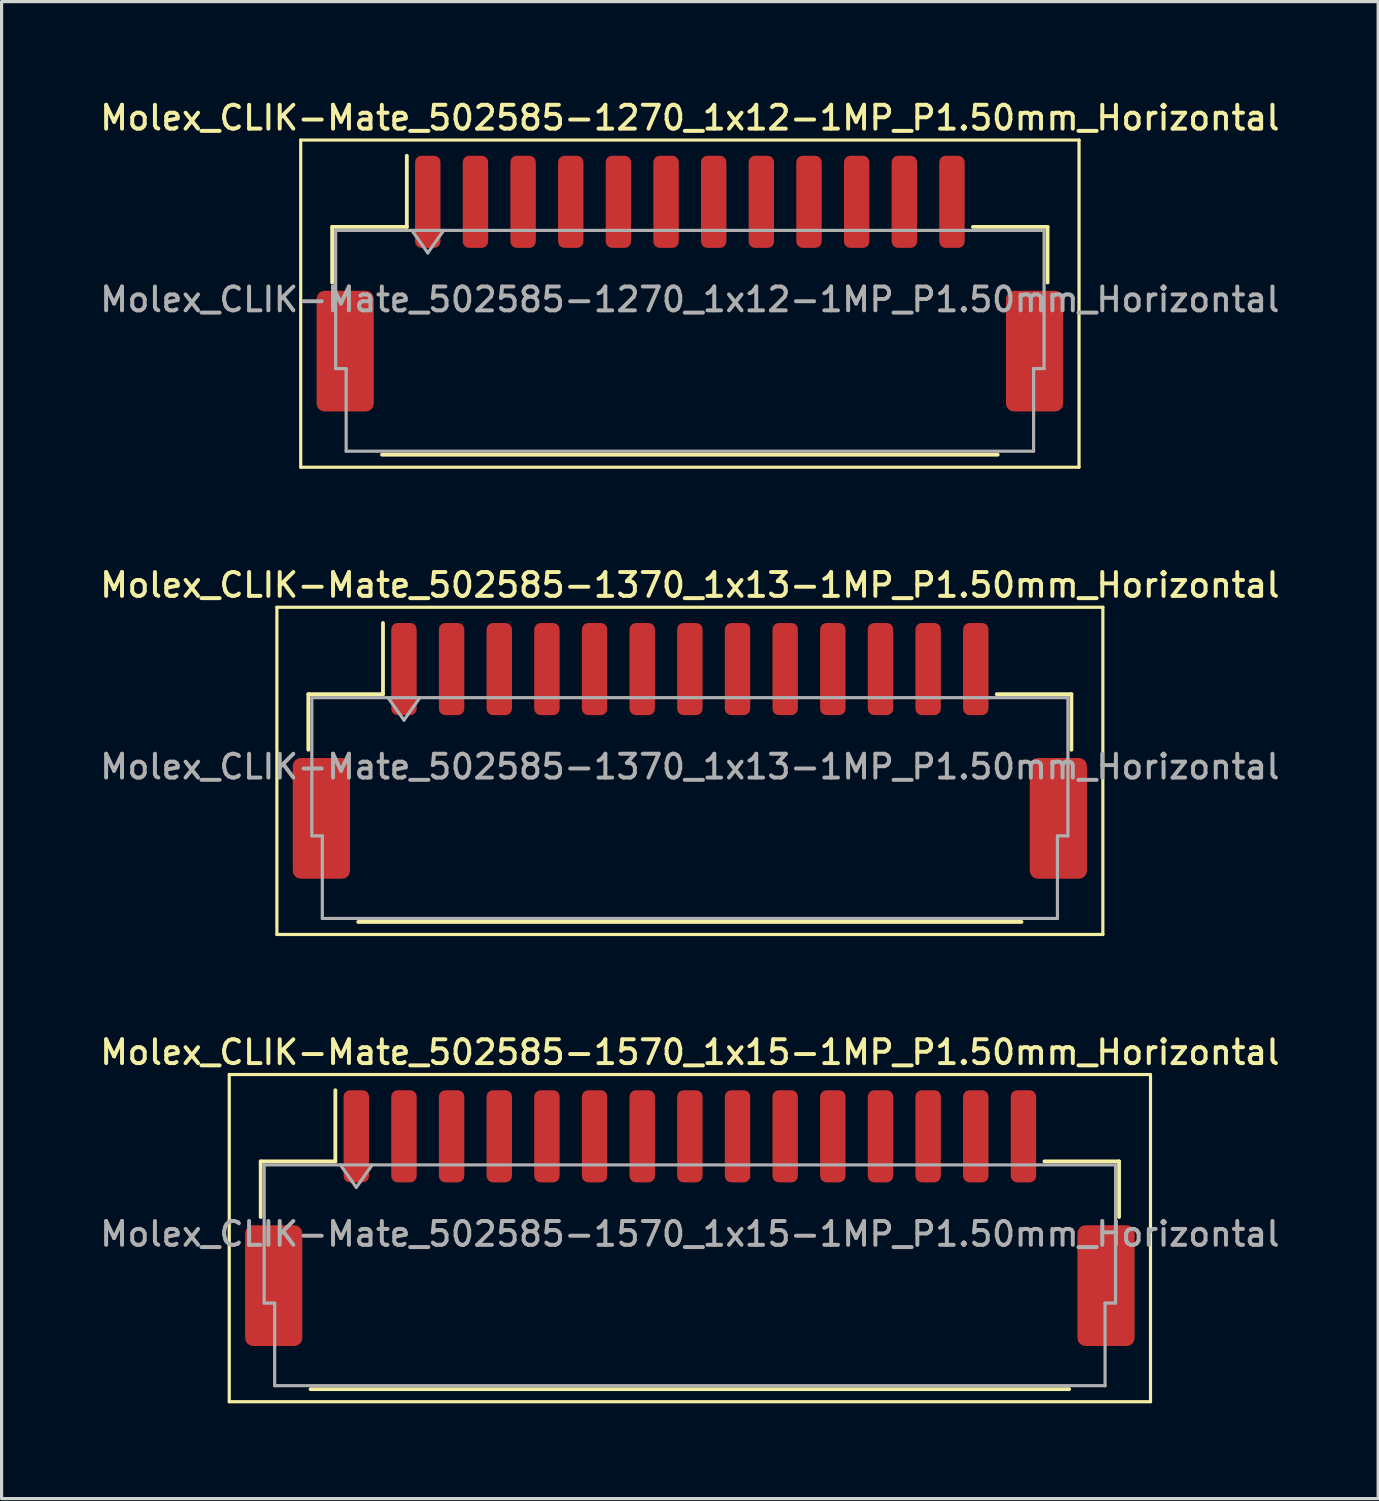
<source format=kicad_pcb>
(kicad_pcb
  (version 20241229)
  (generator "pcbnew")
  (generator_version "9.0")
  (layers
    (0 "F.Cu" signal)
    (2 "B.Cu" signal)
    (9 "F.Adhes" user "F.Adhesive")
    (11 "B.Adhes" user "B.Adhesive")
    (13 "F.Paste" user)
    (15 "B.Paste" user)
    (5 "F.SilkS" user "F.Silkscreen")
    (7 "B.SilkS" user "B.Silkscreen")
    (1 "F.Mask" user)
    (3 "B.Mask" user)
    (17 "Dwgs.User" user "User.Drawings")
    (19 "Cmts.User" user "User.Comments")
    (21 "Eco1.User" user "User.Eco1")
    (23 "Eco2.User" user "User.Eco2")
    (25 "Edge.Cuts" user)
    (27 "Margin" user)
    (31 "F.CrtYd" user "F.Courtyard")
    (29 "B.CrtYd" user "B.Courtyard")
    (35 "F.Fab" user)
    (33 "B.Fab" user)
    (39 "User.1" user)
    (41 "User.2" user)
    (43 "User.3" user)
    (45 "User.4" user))
  (footprint "Molex_CLIK-Mate_502585-1370_1x13-1MP_P1.50mm_Horizontal"
    (layer "F.Cu")
    (at 18.666 20.586)
    (property "Reference" "Molex_CLIK-Mate_502585-1370_1x13-1MP_P1.50mm_Horizontal" (at 0 -5.22 0) (layer "F.SilkS") (effects (font (size 0.75 0.75) (thickness 0.125))))
    (attr smd)
    (fp_line (start -13 -4.52) (end -13 5.78) (stroke (width 0.1) (type solid)) (layer "F.SilkS"))
    (fp_line (start -13 5.78) (end 13 5.78) (stroke (width 0.1) (type solid)) (layer "F.SilkS"))
    (fp_line (start -12.01 -1.785) (end -9.66 -1.785) (stroke (width 0.12) (type solid)) (layer "F.SilkS"))
    (fp_line (start -12.01 -0.035) (end -12.01 -1.785) (stroke (width 0.12) (type solid)) (layer "F.SilkS"))
    (fp_line (start -10.44 5.385) (end 10.44 5.385) (stroke (width 0.12) (type solid)) (layer "F.SilkS"))
    (fp_line (start -9.66 -1.785) (end -9.66 -4.025) (stroke (width 0.12) (type solid)) (layer "F.SilkS"))
    (fp_line (start 12.01 -1.785) (end 9.66 -1.785) (stroke (width 0.12) (type solid)) (layer "F.SilkS"))
    (fp_line (start 12.01 -0.035) (end 12.01 -1.785) (stroke (width 0.12) (type solid)) (layer "F.SilkS"))
    (fp_line (start 13 -4.52) (end -13 -4.52) (stroke (width 0.1) (type solid)) (layer "F.SilkS"))
    (fp_line (start 13 5.78) (end 13 -4.52) (stroke (width 0.1) (type solid)) (layer "F.SilkS"))
    (fp_line (start -11.9 -1.675) (end -11.9 2.675) (stroke (width 0.1) (type solid)) (layer "F.Fab"))
    (fp_line (start -11.9 -1.675) (end 11.9 -1.675) (stroke (width 0.1) (type solid)) (layer "F.Fab"))
    (fp_line (start -11.9 2.675) (end -11.57 2.675) (stroke (width 0.1) (type solid)) (layer "F.Fab"))
    (fp_line (start -11.57 2.675) (end -11.57 5.275) (stroke (width 0.1) (type solid)) (layer "F.Fab"))
    (fp_line (start -11.57 5.275) (end 11.57 5.275) (stroke (width 0.1) (type solid)) (layer "F.Fab"))
    (fp_line (start -9.5 -1.675) (end -9 -0.968) (stroke (width 0.1) (type solid)) (layer "F.Fab"))
    (fp_line (start -9 -0.968) (end -8.5 -1.675) (stroke (width 0.1) (type solid)) (layer "F.Fab"))
    (fp_line (start 11.57 2.675) (end 11.9 2.675) (stroke (width 0.1) (type solid)) (layer "F.Fab"))
    (fp_line (start 11.57 5.275) (end 11.57 2.675) (stroke (width 0.1) (type solid)) (layer "F.Fab"))
    (fp_line (start 11.9 -1.675) (end 11.9 2.675) (stroke (width 0.1) (type solid)) (layer "F.Fab"))
    (fp_text user "${REFERENCE}" (at 0 0.5 0) (layer "F.Fab") (effects (font (size 0.75 0.75) (thickness 0.125))))
    (pad "1" smd roundrect (at -9 -2.575) (size 0.8 2.9) (layers "F.Cu" "F.Mask" "F.Paste") (roundrect_rratio 0.25))
    (pad "2" smd roundrect (at -7.5 -2.575) (size 0.8 2.9) (layers "F.Cu" "F.Mask" "F.Paste") (roundrect_rratio 0.25))
    (pad "3" smd roundrect (at -6 -2.575) (size 0.8 2.9) (layers "F.Cu" "F.Mask" "F.Paste") (roundrect_rratio 0.25))
    (pad "4" smd roundrect (at -4.5 -2.575) (size 0.8 2.9) (layers "F.Cu" "F.Mask" "F.Paste") (roundrect_rratio 0.25))
    (pad "5" smd roundrect (at -3 -2.575) (size 0.8 2.9) (layers "F.Cu" "F.Mask" "F.Paste") (roundrect_rratio 0.25))
    (pad "6" smd roundrect (at -1.5 -2.575) (size 0.8 2.9) (layers "F.Cu" "F.Mask" "F.Paste") (roundrect_rratio 0.25))
    (pad "7" smd roundrect (at 0 -2.575) (size 0.8 2.9) (layers "F.Cu" "F.Mask" "F.Paste") (roundrect_rratio 0.25))
    (pad "8" smd roundrect (at 1.5 -2.575) (size 0.8 2.9) (layers "F.Cu" "F.Mask" "F.Paste") (roundrect_rratio 0.25))
    (pad "9" smd roundrect (at 3 -2.575) (size 0.8 2.9) (layers "F.Cu" "F.Mask" "F.Paste") (roundrect_rratio 0.25))
    (pad "10" smd roundrect (at 4.5 -2.575) (size 0.8 2.9) (layers "F.Cu" "F.Mask" "F.Paste") (roundrect_rratio 0.25))
    (pad "11" smd roundrect (at 6 -2.575) (size 0.8 2.9) (layers "F.Cu" "F.Mask" "F.Paste") (roundrect_rratio 0.25))
    (pad "12" smd roundrect (at 7.5 -2.575) (size 0.8 2.9) (layers "F.Cu" "F.Mask" "F.Paste") (roundrect_rratio 0.25))
    (pad "13" smd roundrect (at 9 -2.575) (size 0.8 2.9) (layers "F.Cu" "F.Mask" "F.Paste") (roundrect_rratio 0.25))
    (pad "MP" smd roundrect (at -11.6 2.125) (size 1.8 3.8) (layers "F.Cu" "F.Mask" "F.Paste") (roundrect_rratio 0.139))
    (pad "MP" smd roundrect (at 11.6 2.125) (size 1.8 3.8) (layers "F.Cu" "F.Mask" "F.Paste") (roundrect_rratio 0.139)))
  (footprint "Molex_CLIK-Mate_502585-1570_1x15-1MP_P1.50mm_Horizontal"
    (layer "F.Cu")
    (at 18.666 35.294)
    (property "Reference" "Molex_CLIK-Mate_502585-1570_1x15-1MP_P1.50mm_Horizontal" (at 0 -5.22 0) (layer "F.SilkS") (effects (font (size 0.75 0.75) (thickness 0.125))))
    (attr smd)
    (fp_line (start -14.5 -4.52) (end -14.5 5.78) (stroke (width 0.1) (type solid)) (layer "F.SilkS"))
    (fp_line (start -14.5 5.78) (end 14.5 5.78) (stroke (width 0.1) (type solid)) (layer "F.SilkS"))
    (fp_line (start -13.51 -1.785) (end -11.16 -1.785) (stroke (width 0.12) (type solid)) (layer "F.SilkS"))
    (fp_line (start -13.51 -0.035) (end -13.51 -1.785) (stroke (width 0.12) (type solid)) (layer "F.SilkS"))
    (fp_line (start -11.94 5.385) (end 11.94 5.385) (stroke (width 0.12) (type solid)) (layer "F.SilkS"))
    (fp_line (start -11.16 -1.785) (end -11.16 -4.025) (stroke (width 0.12) (type solid)) (layer "F.SilkS"))
    (fp_line (start 13.51 -1.785) (end 11.16 -1.785) (stroke (width 0.12) (type solid)) (layer "F.SilkS"))
    (fp_line (start 13.51 -0.035) (end 13.51 -1.785) (stroke (width 0.12) (type solid)) (layer "F.SilkS"))
    (fp_line (start 14.5 -4.52) (end -14.5 -4.52) (stroke (width 0.1) (type solid)) (layer "F.SilkS"))
    (fp_line (start 14.5 5.78) (end 14.5 -4.52) (stroke (width 0.1) (type solid)) (layer "F.SilkS"))
    (fp_line (start -13.4 -1.675) (end -13.4 2.675) (stroke (width 0.1) (type solid)) (layer "F.Fab"))
    (fp_line (start -13.4 -1.675) (end 13.4 -1.675) (stroke (width 0.1) (type solid)) (layer "F.Fab"))
    (fp_line (start -13.4 2.675) (end -13.07 2.675) (stroke (width 0.1) (type solid)) (layer "F.Fab"))
    (fp_line (start -13.07 2.675) (end -13.07 5.275) (stroke (width 0.1) (type solid)) (layer "F.Fab"))
    (fp_line (start -13.07 5.275) (end 13.07 5.275) (stroke (width 0.1) (type solid)) (layer "F.Fab"))
    (fp_line (start -11 -1.675) (end -10.5 -0.968) (stroke (width 0.1) (type solid)) (layer "F.Fab"))
    (fp_line (start -10.5 -0.968) (end -10 -1.675) (stroke (width 0.1) (type solid)) (layer "F.Fab"))
    (fp_line (start 13.07 2.675) (end 13.4 2.675) (stroke (width 0.1) (type solid)) (layer "F.Fab"))
    (fp_line (start 13.07 5.275) (end 13.07 2.675) (stroke (width 0.1) (type solid)) (layer "F.Fab"))
    (fp_line (start 13.4 -1.675) (end 13.4 2.675) (stroke (width 0.1) (type solid)) (layer "F.Fab"))
    (fp_text user "${REFERENCE}" (at 0 0.5 0) (layer "F.Fab") (effects (font (size 0.75 0.75) (thickness 0.125))))
    (pad "1" smd roundrect (at -10.5 -2.575) (size 0.8 2.9) (layers "F.Cu" "F.Mask" "F.Paste") (roundrect_rratio 0.25))
    (pad "2" smd roundrect (at -9 -2.575) (size 0.8 2.9) (layers "F.Cu" "F.Mask" "F.Paste") (roundrect_rratio 0.25))
    (pad "3" smd roundrect (at -7.5 -2.575) (size 0.8 2.9) (layers "F.Cu" "F.Mask" "F.Paste") (roundrect_rratio 0.25))
    (pad "4" smd roundrect (at -6 -2.575) (size 0.8 2.9) (layers "F.Cu" "F.Mask" "F.Paste") (roundrect_rratio 0.25))
    (pad "5" smd roundrect (at -4.5 -2.575) (size 0.8 2.9) (layers "F.Cu" "F.Mask" "F.Paste") (roundrect_rratio 0.25))
    (pad "6" smd roundrect (at -3 -2.575) (size 0.8 2.9) (layers "F.Cu" "F.Mask" "F.Paste") (roundrect_rratio 0.25))
    (pad "7" smd roundrect (at -1.5 -2.575) (size 0.8 2.9) (layers "F.Cu" "F.Mask" "F.Paste") (roundrect_rratio 0.25))
    (pad "8" smd roundrect (at 0 -2.575) (size 0.8 2.9) (layers "F.Cu" "F.Mask" "F.Paste") (roundrect_rratio 0.25))
    (pad "9" smd roundrect (at 1.5 -2.575) (size 0.8 2.9) (layers "F.Cu" "F.Mask" "F.Paste") (roundrect_rratio 0.25))
    (pad "10" smd roundrect (at 3 -2.575) (size 0.8 2.9) (layers "F.Cu" "F.Mask" "F.Paste") (roundrect_rratio 0.25))
    (pad "11" smd roundrect (at 4.5 -2.575) (size 0.8 2.9) (layers "F.Cu" "F.Mask" "F.Paste") (roundrect_rratio 0.25))
    (pad "12" smd roundrect (at 6 -2.575) (size 0.8 2.9) (layers "F.Cu" "F.Mask" "F.Paste") (roundrect_rratio 0.25))
    (pad "13" smd roundrect (at 7.5 -2.575) (size 0.8 2.9) (layers "F.Cu" "F.Mask" "F.Paste") (roundrect_rratio 0.25))
    (pad "14" smd roundrect (at 9 -2.575) (size 0.8 2.9) (layers "F.Cu" "F.Mask" "F.Paste") (roundrect_rratio 0.25))
    (pad "15" smd roundrect (at 10.5 -2.575) (size 0.8 2.9) (layers "F.Cu" "F.Mask" "F.Paste") (roundrect_rratio 0.25))
    (pad "MP" smd roundrect (at -13.1 2.125) (size 1.8 3.8) (layers "F.Cu" "F.Mask" "F.Paste") (roundrect_rratio 0.139))
    (pad "MP" smd roundrect (at 13.1 2.125) (size 1.8 3.8) (layers "F.Cu" "F.Mask" "F.Paste") (roundrect_rratio 0.139)))
  (footprint "Molex_CLIK-Mate_502585-1270_1x12-1MP_P1.50mm_Horizontal"
    (layer "F.Cu")
    (at 18.666 5.878)
    (property "Reference" "Molex_CLIK-Mate_502585-1270_1x12-1MP_P1.50mm_Horizontal" (at 0 -5.22 0) (layer "F.SilkS") (effects (font (size 0.75 0.75) (thickness 0.125))))
    (attr smd)
    (fp_line (start -12.25 -4.52) (end -12.25 5.78) (stroke (width 0.1) (type solid)) (layer "F.SilkS"))
    (fp_line (start -12.25 5.78) (end 12.25 5.78) (stroke (width 0.1) (type solid)) (layer "F.SilkS"))
    (fp_line (start -11.26 -1.785) (end -8.91 -1.785) (stroke (width 0.12) (type solid)) (layer "F.SilkS"))
    (fp_line (start -11.26 -0.035) (end -11.26 -1.785) (stroke (width 0.12) (type solid)) (layer "F.SilkS"))
    (fp_line (start -9.69 5.385) (end 9.69 5.385) (stroke (width 0.12) (type solid)) (layer "F.SilkS"))
    (fp_line (start -8.91 -1.785) (end -8.91 -4.025) (stroke (width 0.12) (type solid)) (layer "F.SilkS"))
    (fp_line (start 11.26 -1.785) (end 8.91 -1.785) (stroke (width 0.12) (type solid)) (layer "F.SilkS"))
    (fp_line (start 11.26 -0.035) (end 11.26 -1.785) (stroke (width 0.12) (type solid)) (layer "F.SilkS"))
    (fp_line (start 12.25 -4.52) (end -12.25 -4.52) (stroke (width 0.1) (type solid)) (layer "F.SilkS"))
    (fp_line (start 12.25 5.78) (end 12.25 -4.52) (stroke (width 0.1) (type solid)) (layer "F.SilkS"))
    (fp_line (start -11.15 -1.675) (end -11.15 2.675) (stroke (width 0.1) (type solid)) (layer "F.Fab"))
    (fp_line (start -11.15 -1.675) (end 11.15 -1.675) (stroke (width 0.1) (type solid)) (layer "F.Fab"))
    (fp_line (start -11.15 2.675) (end -10.82 2.675) (stroke (width 0.1) (type solid)) (layer "F.Fab"))
    (fp_line (start -10.82 2.675) (end -10.82 5.275) (stroke (width 0.1) (type solid)) (layer "F.Fab"))
    (fp_line (start -10.82 5.275) (end 10.82 5.275) (stroke (width 0.1) (type solid)) (layer "F.Fab"))
    (fp_line (start -8.75 -1.675) (end -8.25 -0.968) (stroke (width 0.1) (type solid)) (layer "F.Fab"))
    (fp_line (start -8.25 -0.968) (end -7.75 -1.675) (stroke (width 0.1) (type solid)) (layer "F.Fab"))
    (fp_line (start 10.82 2.675) (end 11.15 2.675) (stroke (width 0.1) (type solid)) (layer "F.Fab"))
    (fp_line (start 10.82 5.275) (end 10.82 2.675) (stroke (width 0.1) (type solid)) (layer "F.Fab"))
    (fp_line (start 11.15 -1.675) (end 11.15 2.675) (stroke (width 0.1) (type solid)) (layer "F.Fab"))
    (fp_text user "${REFERENCE}" (at 0 0.5 0) (layer "F.Fab") (effects (font (size 0.75 0.75) (thickness 0.125))))
    (pad "1" smd roundrect (at -8.25 -2.575) (size 0.8 2.9) (layers "F.Cu" "F.Mask" "F.Paste") (roundrect_rratio 0.25))
    (pad "2" smd roundrect (at -6.75 -2.575) (size 0.8 2.9) (layers "F.Cu" "F.Mask" "F.Paste") (roundrect_rratio 0.25))
    (pad "3" smd roundrect (at -5.25 -2.575) (size 0.8 2.9) (layers "F.Cu" "F.Mask" "F.Paste") (roundrect_rratio 0.25))
    (pad "4" smd roundrect (at -3.75 -2.575) (size 0.8 2.9) (layers "F.Cu" "F.Mask" "F.Paste") (roundrect_rratio 0.25))
    (pad "5" smd roundrect (at -2.25 -2.575) (size 0.8 2.9) (layers "F.Cu" "F.Mask" "F.Paste") (roundrect_rratio 0.25))
    (pad "6" smd roundrect (at -0.75 -2.575) (size 0.8 2.9) (layers "F.Cu" "F.Mask" "F.Paste") (roundrect_rratio 0.25))
    (pad "7" smd roundrect (at 0.75 -2.575) (size 0.8 2.9) (layers "F.Cu" "F.Mask" "F.Paste") (roundrect_rratio 0.25))
    (pad "8" smd roundrect (at 2.25 -2.575) (size 0.8 2.9) (layers "F.Cu" "F.Mask" "F.Paste") (roundrect_rratio 0.25))
    (pad "9" smd roundrect (at 3.75 -2.575) (size 0.8 2.9) (layers "F.Cu" "F.Mask" "F.Paste") (roundrect_rratio 0.25))
    (pad "10" smd roundrect (at 5.25 -2.575) (size 0.8 2.9) (layers "F.Cu" "F.Mask" "F.Paste") (roundrect_rratio 0.25))
    (pad "11" smd roundrect (at 6.75 -2.575) (size 0.8 2.9) (layers "F.Cu" "F.Mask" "F.Paste") (roundrect_rratio 0.25))
    (pad "12" smd roundrect (at 8.25 -2.575) (size 0.8 2.9) (layers "F.Cu" "F.Mask" "F.Paste") (roundrect_rratio 0.25))
    (pad "MP" smd roundrect (at -10.85 2.125) (size 1.8 3.8) (layers "F.Cu" "F.Mask" "F.Paste") (roundrect_rratio 0.139))
    (pad "MP" smd roundrect (at 10.85 2.125) (size 1.8 3.8) (layers "F.Cu" "F.Mask" "F.Paste") (roundrect_rratio 0.139)))
  (gr_rect
    (start -3 -3)
    (end 40.332 44.124)
    (stroke (width 0.1) (type default))
    (fill no)
    (layer "Edge.Cuts")))
</source>
